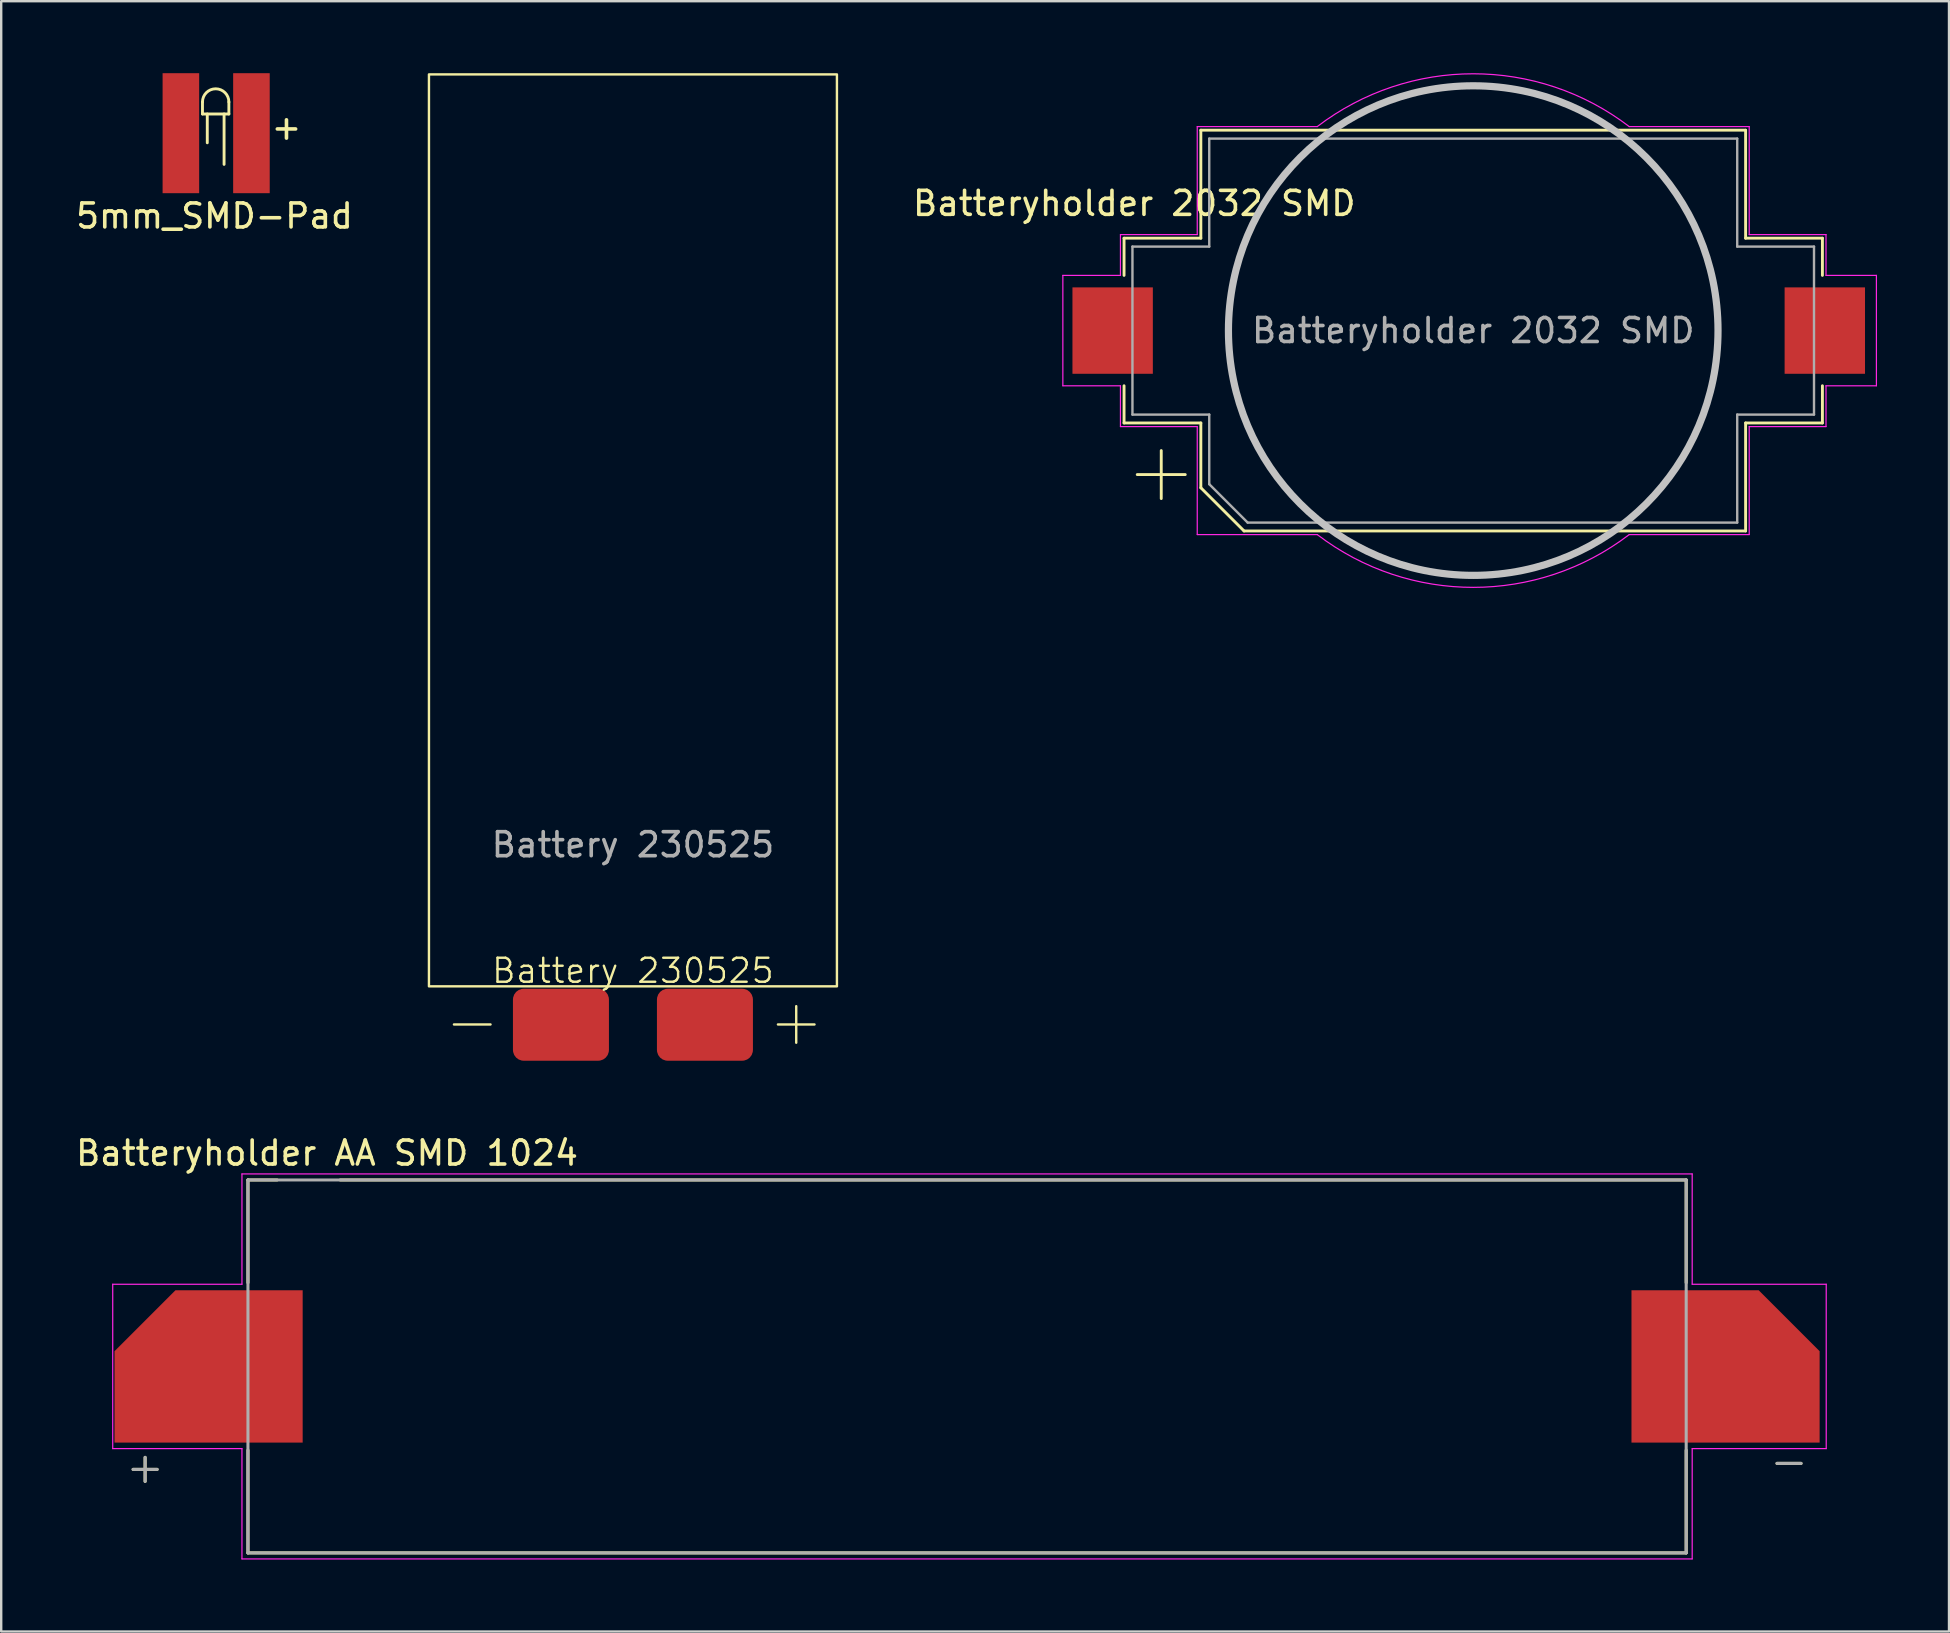
<source format=kicad_pcb>
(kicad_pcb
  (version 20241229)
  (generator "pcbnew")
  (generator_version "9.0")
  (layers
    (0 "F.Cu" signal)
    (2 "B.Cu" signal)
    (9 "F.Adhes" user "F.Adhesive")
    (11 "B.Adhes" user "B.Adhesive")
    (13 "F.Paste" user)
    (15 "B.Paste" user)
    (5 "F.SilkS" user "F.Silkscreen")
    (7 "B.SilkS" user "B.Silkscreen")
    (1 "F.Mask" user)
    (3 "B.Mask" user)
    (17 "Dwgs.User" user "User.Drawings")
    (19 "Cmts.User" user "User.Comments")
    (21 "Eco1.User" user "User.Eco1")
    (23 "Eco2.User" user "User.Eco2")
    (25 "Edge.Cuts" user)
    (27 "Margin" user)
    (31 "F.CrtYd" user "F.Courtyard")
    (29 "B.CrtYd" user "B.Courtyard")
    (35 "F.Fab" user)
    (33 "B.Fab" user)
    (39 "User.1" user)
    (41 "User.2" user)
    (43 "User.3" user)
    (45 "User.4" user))
  (footprint "Battery 230525"
    (layer "F.Cu")
    (at 23.324 38.15)
    (property "Reference" "Battery 230525" (at 0 -0.75 0) (unlocked yes) (layer "F.SilkS") (effects (font (size 1 1) (thickness 0.1))))
    (attr smd)
    (fp_rect (start -8.5 -38.1) (end 8.5 -0.1) (stroke (width 0.1) (type solid)) (fill no) (layer "F.SilkS"))
    (fp_text user "+" (at 5.5 2.5 0) (unlocked yes) (layer "F.SilkS") (effects (font (size 2 2) (thickness 0.1)) (justify left bottom)))
    (fp_text user "-" (at -8 2.5 0) (unlocked yes) (layer "F.SilkS") (effects (font (size 2 2) (thickness 0.1)) (justify left bottom)))
    (fp_text user "${REFERENCE}" (at 0 -6 0) (unlocked yes) (layer "F.Fab") (effects (font (size 1 1) (thickness 0.15))))
    (pad "1" smd roundrect (at 3 1.5) (size 4 3) (layers "F.Cu" "F.Mask" "F.Paste") (roundrect_rratio 0.15))
    (pad "2" smd roundrect (at -3 1.5) (size 4 3) (layers "F.Cu" "F.Mask" "F.Paste") (roundrect_rratio 0.15)))
  (footprint "5mm_SMD-Pad"
    (layer "F.Cu")
    (at 5.987 2.35)
    (property "Reference" "5mm_SMD-Pad" (at -0.1 3.6 0) (layer "F.SilkS") (effects (font (size 1 1) (thickness 0.15))))
    (attr through_hole)
    (fp_line (start -0.6 -1.15) (end -0.6 -0.65) (stroke (width 0.12) (type solid)) (layer "F.SilkS"))
    (fp_line (start -0.6 -0.65) (end 0.5 -0.65) (stroke (width 0.12) (type solid)) (layer "F.SilkS"))
    (fp_line (start -0.4 -0.65) (end -0.4 0.55) (stroke (width 0.12) (type solid)) (layer "F.SilkS"))
    (fp_line (start 0.3 -0.65) (end 0.3 1.45) (stroke (width 0.12) (type solid)) (layer "F.SilkS"))
    (fp_line (start 0.5 -0.65) (end 0.5 -1.15) (stroke (width 0.12) (type solid)) (layer "F.SilkS"))
    (fp_arc (start -0.6 -1.15) (mid -0.05 -1.7) (end 0.5 -1.15) (stroke (width 0.12) (type solid)) (layer "F.SilkS"))
    (fp_text user "+" (at 2.9 -0.1 0) (layer "F.SilkS") (effects (font (size 1 1) (thickness 0.15))))
    (pad "1" smd rect (at -1.5 0.15) (size 1.524 5) (layers "F.Cu" "F.Mask" "F.Paste"))
    (pad "2" smd rect (at 1.44 0.15) (size 1.524 5) (layers "F.Cu" "F.Mask" "F.Paste")))
  (footprint "Batteryholder 2032 SMD"
    (layer "F.Cu")
    (at 58.338 10.725)
    (property "Reference" "Batteryholder 2032 SMD" (at -14.125 -5.3 0) (layer "F.SilkS") (effects (font (size 1 1) (thickness 0.15))))
    (attr smd)
    (fp_line (start -14.55 -3.85) (end -14.55 -2.3) (stroke (width 0.12) (type solid)) (layer "F.SilkS"))
    (fp_line (start -14.55 3.85) (end -14.55 2.3) (stroke (width 0.12) (type solid)) (layer "F.SilkS"))
    (fp_line (start -13 5) (end -13 7) (stroke (width 0.12) (type solid)) (layer "F.SilkS"))
    (fp_line (start -12 6) (end -14 6) (stroke (width 0.12) (type solid)) (layer "F.SilkS"))
    (fp_line (start -11.35 -8.35) (end -11.35 -3.85) (stroke (width 0.12) (type solid)) (layer "F.SilkS"))
    (fp_line (start -11.35 -8.35) (end 11.35 -8.35) (stroke (width 0.12) (type solid)) (layer "F.SilkS"))
    (fp_line (start -11.35 -3.85) (end -14.55 -3.85) (stroke (width 0.12) (type solid)) (layer "F.SilkS"))
    (fp_line (start -11.35 3.85) (end -14.55 3.85) (stroke (width 0.12) (type solid)) (layer "F.SilkS"))
    (fp_line (start -11.35 6.55) (end -11.35 3.85) (stroke (width 0.12) (type solid)) (layer "F.SilkS"))
    (fp_line (start -9.55 8.35) (end -11.35 6.55) (stroke (width 0.12) (type solid)) (layer "F.SilkS"))
    (fp_line (start 11.35 -8.35) (end 11.35 -3.85) (stroke (width 0.12) (type solid)) (layer "F.SilkS"))
    (fp_line (start 11.35 -3.85) (end 14.55 -3.85) (stroke (width 0.12) (type solid)) (layer "F.SilkS"))
    (fp_line (start 11.35 3.85) (end 14.55 3.85) (stroke (width 0.12) (type solid)) (layer "F.SilkS"))
    (fp_line (start 11.35 8.35) (end -9.55 8.35) (stroke (width 0.12) (type solid)) (layer "F.SilkS"))
    (fp_line (start 11.35 8.35) (end 11.35 3.85) (stroke (width 0.12) (type solid)) (layer "F.SilkS"))
    (fp_line (start 14.55 -3.85) (end 14.55 -2.3) (stroke (width 0.12) (type solid)) (layer "F.SilkS"))
    (fp_line (start 14.55 3.85) (end 14.55 2.3) (stroke (width 0.12) (type solid)) (layer "F.SilkS"))
    (fp_circle (center 0 0) (end -10.2 0) (stroke (width 0.3) (type solid)) (fill no) (layer "Dwgs.User"))
    (fp_line (start -17.1 2.3) (end -17.1 -2.3) (stroke (width 0.05) (type solid)) (layer "F.CrtYd"))
    (fp_line (start -14.7 -4) (end -11.5 -4) (stroke (width 0.05) (type solid)) (layer "F.CrtYd"))
    (fp_line (start -14.7 -2.3) (end -17.1 -2.3) (stroke (width 0.05) (type solid)) (layer "F.CrtYd"))
    (fp_line (start -14.7 -2.3) (end -14.7 -4) (stroke (width 0.05) (type solid)) (layer "F.CrtYd"))
    (fp_line (start -14.7 2.3) (end -17.1 2.3) (stroke (width 0.05) (type solid)) (layer "F.CrtYd"))
    (fp_line (start -14.7 4) (end -14.7 2.3) (stroke (width 0.05) (type solid)) (layer "F.CrtYd"))
    (fp_line (start -14.7 4) (end -11.5 4) (stroke (width 0.05) (type solid)) (layer "F.CrtYd"))
    (fp_line (start -11.5 -8.5) (end -6.5 -8.5) (stroke (width 0.05) (type solid)) (layer "F.CrtYd"))
    (fp_line (start -11.5 -4) (end -11.5 -8.5) (stroke (width 0.05) (type solid)) (layer "F.CrtYd"))
    (fp_line (start -11.5 4) (end -11.5 8.5) (stroke (width 0.05) (type solid)) (layer "F.CrtYd"))
    (fp_line (start -6.5 8.5) (end -11.5 8.5) (stroke (width 0.05) (type solid)) (layer "F.CrtYd"))
    (fp_line (start 11.5 -8.5) (end 6.5 -8.5) (stroke (width 0.05) (type solid)) (layer "F.CrtYd"))
    (fp_line (start 11.5 -8.5) (end 11.5 -4) (stroke (width 0.05) (type solid)) (layer "F.CrtYd"))
    (fp_line (start 11.5 -4) (end 14.7 -4) (stroke (width 0.05) (type solid)) (layer "F.CrtYd"))
    (fp_line (start 11.5 4) (end 11.5 8.5) (stroke (width 0.05) (type solid)) (layer "F.CrtYd"))
    (fp_line (start 11.5 8.5) (end 6.5 8.5) (stroke (width 0.05) (type solid)) (layer "F.CrtYd"))
    (fp_line (start 14.7 -4) (end 14.7 -2.3) (stroke (width 0.05) (type solid)) (layer "F.CrtYd"))
    (fp_line (start 14.7 -2.3) (end 16.8 -2.3) (stroke (width 0.05) (type solid)) (layer "F.CrtYd"))
    (fp_line (start 14.7 2.3) (end 14.7 4) (stroke (width 0.05) (type solid)) (layer "F.CrtYd"))
    (fp_line (start 14.7 4) (end 11.5 4) (stroke (width 0.05) (type solid)) (layer "F.CrtYd"))
    (fp_line (start 16.8 -2.3) (end 16.8 2.3) (stroke (width 0.05) (type solid)) (layer "F.CrtYd"))
    (fp_line (start 16.8 2.3) (end 14.7 2.3) (stroke (width 0.05) (type solid)) (layer "F.CrtYd"))
    (fp_arc (start -6.499999 -8.5) (mid 0 -10.700467) (end 6.5 -8.5) (stroke (width 0.05) (type solid)) (layer "F.CrtYd"))
    (fp_arc (start 6.499999 8.5) (mid 0 10.700467) (end -6.5 8.5) (stroke (width 0.05) (type solid)) (layer "F.CrtYd"))
    (fp_line (start -14.2 -3.5) (end -11 -3.5) (stroke (width 0.1) (type solid)) (layer "F.Fab"))
    (fp_line (start -14.2 3.5) (end -14.2 -3.5) (stroke (width 0.1) (type solid)) (layer "F.Fab"))
    (fp_line (start -11 -8) (end -11 -3.5) (stroke (width 0.1) (type solid)) (layer "F.Fab"))
    (fp_line (start -11 3.5) (end -14.2 3.5) (stroke (width 0.1) (type solid)) (layer "F.Fab"))
    (fp_line (start -11 6.4) (end -11 3.5) (stroke (width 0.1) (type solid)) (layer "F.Fab"))
    (fp_line (start -9.4 8) (end -11 6.4) (stroke (width 0.1) (type solid)) (layer "F.Fab"))
    (fp_line (start 11 -8) (end -11 -8) (stroke (width 0.1) (type solid)) (layer "F.Fab"))
    (fp_line (start 11 -8) (end 11 -3.5) (stroke (width 0.1) (type solid)) (layer "F.Fab"))
    (fp_line (start 11 3.5) (end 14.2 3.5) (stroke (width 0.1) (type solid)) (layer "F.Fab"))
    (fp_line (start 11 8) (end -9.4 8) (stroke (width 0.1) (type solid)) (layer "F.Fab"))
    (fp_line (start 11 8) (end 11 3.5) (stroke (width 0.1) (type solid)) (layer "F.Fab"))
    (fp_line (start 14.2 -3.5) (end 11 -3.5) (stroke (width 0.1) (type solid)) (layer "F.Fab"))
    (fp_line (start 14.2 3.5) (end 14.2 -3.5) (stroke (width 0.1) (type solid)) (layer "F.Fab"))
    (fp_text user "${REFERENCE}" (at 0 0 0) (layer "F.Fab") (effects (font (size 1 1) (thickness 0.15))))
    (pad "1" smd rect (at -15.025 0 180) (size 3.35 3.6) (layers "F.Cu" "F.Mask" "F.Paste"))
    (pad "2" smd rect (at 14.65 0 180) (size 3.35 3.6) (layers "F.Cu" "F.Mask" "F.Paste")))
  (footprint "Batteryholder AA SMD 1024"
    (layer "F.Cu")
    (at 37.247 53.888)
    (property "Reference" "Batteryholder AA SMD 1024" (at -26.67 -8.89 0) (layer "F.SilkS") (effects (font (size 1 1) (thickness 0.15))))
    (attr smd)
    (fp_line (start -34.75 4.29) (end -33.75 4.29) (stroke (width 0.127) (type solid)) (layer "F.SilkS"))
    (fp_line (start -34.25 3.79) (end -34.25 4.79) (stroke (width 0.127) (type solid)) (layer "F.SilkS"))
    (fp_line (start -29.965 -7.77) (end -28.75 -7.77) (stroke (width 0.127) (type solid)) (layer "F.SilkS"))
    (fp_line (start -29.965 -3.49) (end -29.965 -7.77) (stroke (width 0.127) (type solid)) (layer "F.SilkS"))
    (fp_line (start -29.965 7.77) (end -29.965 3.49) (stroke (width 0.127) (type solid)) (layer "F.SilkS"))
    (fp_line (start -26.12 -7.77) (end 29.965 -7.77) (stroke (width 0.127) (type solid)) (layer "F.SilkS"))
    (fp_line (start 29.965 -7.77) (end 29.965 -3.49) (stroke (width 0.127) (type solid)) (layer "F.SilkS"))
    (fp_line (start 29.965 3.49) (end 29.965 7.77) (stroke (width 0.127) (type solid)) (layer "F.SilkS"))
    (fp_line (start 29.965 7.77) (end -29.965 7.77) (stroke (width 0.127) (type solid)) (layer "F.SilkS"))
    (fp_line (start 33.75 4.04) (end 34.75 4.04) (stroke (width 0.127) (type solid)) (layer "F.SilkS"))
    (fp_line (start -35.6 -3.425) (end -35.6 3.425) (stroke (width 0.05) (type solid)) (layer "F.CrtYd"))
    (fp_line (start -35.6 -3.425) (end -30.215 -3.425) (stroke (width 0.05) (type solid)) (layer "F.CrtYd"))
    (fp_line (start -35.6 3.425) (end -30.215 3.425) (stroke (width 0.05) (type solid)) (layer "F.CrtYd"))
    (fp_line (start -30.215 -3.425) (end -30.215 -8.02) (stroke (width 0.05) (type solid)) (layer "F.CrtYd"))
    (fp_line (start -30.215 3.425) (end -30.215 8.02) (stroke (width 0.05) (type solid)) (layer "F.CrtYd"))
    (fp_line (start -30.215 8.02) (end 30.215 8.02) (stroke (width 0.05) (type solid)) (layer "F.CrtYd"))
    (fp_line (start 30.215 -8.02) (end -30.215 -8.02) (stroke (width 0.05) (type solid)) (layer "F.CrtYd"))
    (fp_line (start 30.215 -8.02) (end 30.215 -3.425) (stroke (width 0.05) (type solid)) (layer "F.CrtYd"))
    (fp_line (start 30.215 -3.425) (end 35.8 -3.425) (stroke (width 0.05) (type solid)) (layer "F.CrtYd"))
    (fp_line (start 30.215 3.425) (end 30.215 8.02) (stroke (width 0.05) (type solid)) (layer "F.CrtYd"))
    (fp_line (start 30.215 3.425) (end 35.8 3.425) (stroke (width 0.05) (type solid)) (layer "F.CrtYd"))
    (fp_line (start 35.8 3.425) (end 35.8 -3.425) (stroke (width 0.05) (type solid)) (layer "F.CrtYd"))
    (fp_line (start -34.75 4.29) (end -33.75 4.29) (stroke (width 0.127) (type solid)) (layer "F.Fab"))
    (fp_line (start -34.25 3.79) (end -34.25 4.79) (stroke (width 0.127) (type solid)) (layer "F.Fab"))
    (fp_line (start -29.965 -7.77) (end 29.965 -7.77) (stroke (width 0.127) (type solid)) (layer "F.Fab"))
    (fp_line (start -29.965 7.77) (end -29.965 -7.77) (stroke (width 0.127) (type solid)) (layer "F.Fab"))
    (fp_line (start 29.965 -7.77) (end 29.965 7.77) (stroke (width 0.127) (type solid)) (layer "F.Fab"))
    (fp_line (start 29.965 7.77) (end -29.965 7.77) (stroke (width 0.127) (type solid)) (layer "F.Fab"))
    (fp_line (start 33.75 4.04) (end 34.75 4.04) (stroke (width 0.127) (type solid)) (layer "F.Fab"))
    (pad "1" smd roundrect (at -31.605 0) (size 7.84 6.35) (layers "F.Cu" "F.Mask" "F.Paste") (roundrect_rratio 0) (chamfer_ratio 0.4) (chamfer top_left))
    (pad "2" smd roundrect (at 31.605 0) (size 7.84 6.35) (layers "F.Cu" "F.Mask" "F.Paste") (roundrect_rratio 0) (chamfer_ratio 0.4) (chamfer top_right)))
  (gr_rect
    (start -3 -3)
    (end 78.163 64.933)
    (stroke (width 0.1) (type default))
    (fill no)
    (layer "Edge.Cuts")))
</source>
